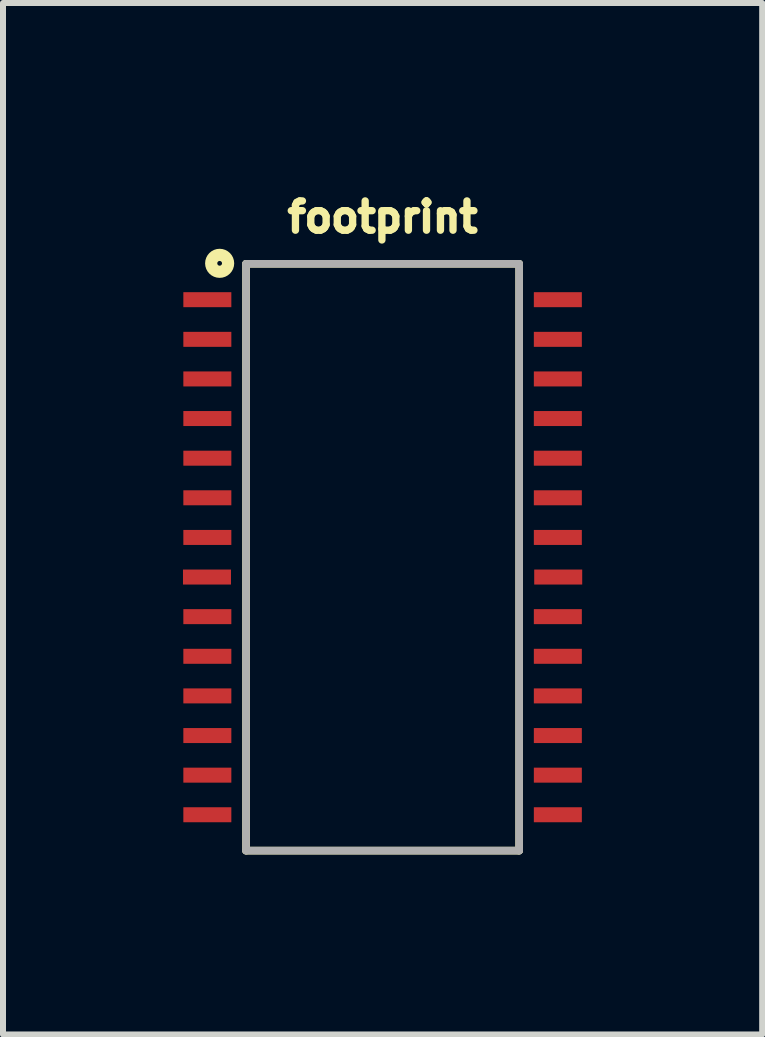
<source format=kicad_pcb>
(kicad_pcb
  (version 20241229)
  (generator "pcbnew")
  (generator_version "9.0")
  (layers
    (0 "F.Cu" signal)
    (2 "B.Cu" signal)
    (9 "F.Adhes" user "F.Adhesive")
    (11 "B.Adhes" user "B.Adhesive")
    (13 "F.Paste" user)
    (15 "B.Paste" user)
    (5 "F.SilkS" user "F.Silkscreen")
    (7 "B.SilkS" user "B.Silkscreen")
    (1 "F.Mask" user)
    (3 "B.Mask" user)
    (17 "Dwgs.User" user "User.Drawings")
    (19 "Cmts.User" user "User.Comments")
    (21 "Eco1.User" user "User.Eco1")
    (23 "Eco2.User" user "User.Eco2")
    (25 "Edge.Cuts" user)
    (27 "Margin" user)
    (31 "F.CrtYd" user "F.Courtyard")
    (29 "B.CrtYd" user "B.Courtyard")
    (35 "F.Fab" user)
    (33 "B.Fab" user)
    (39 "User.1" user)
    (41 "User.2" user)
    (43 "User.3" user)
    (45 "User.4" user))
  (footprint "footprint"
    (layer "F.Cu")
    (at 3.327 6.568)
    (property "Reference" "footprint" (at 0 -5.715 0) (layer "F.SilkS") (effects (font (size 0.488 0.488) (thickness 0.122)) (justify bottom)))
    (fp_line (start -2.276 -5.221) (end 2.276 -5.221) (stroke (width 0.127) (type solid)) (layer "F.SilkS"))
    (fp_line (start -2.276 4.56) (end -2.276 -5.221) (stroke (width 0.127) (type solid)) (layer "F.SilkS"))
    (fp_line (start 2.276 -5.221) (end 2.276 4.56) (stroke (width 0.127) (type solid)) (layer "F.SilkS"))
    (fp_line (start 2.276 4.56) (end -2.276 4.56) (stroke (width 0.127) (type solid)) (layer "F.SilkS"))
    (fp_circle (center -2.716 -5.229) (end -2.575 -5.229) (stroke (width 0.203) (type solid)) (fill no) (layer "F.SilkS"))
    (fp_line (start -2.276 -5.221) (end -2.276 4.56) (stroke (width 0.127) (type solid)) (layer "F.Fab"))
    (fp_line (start -2.276 4.56) (end 2.276 4.56) (stroke (width 0.127) (type solid)) (layer "F.Fab"))
    (fp_line (start 2.276 -5.221) (end -2.276 -5.221) (stroke (width 0.127) (type solid)) (layer "F.Fab"))
    (fp_line (start 2.276 4.56) (end 2.276 -5.221) (stroke (width 0.127) (type solid)) (layer "F.Fab"))
    (pad "1" smd rect (at -2.921 -4.623) (size 0.8 0.25) (layers "F.Cu" "F.Mask" "F.Paste"))
    (pad "2" smd rect (at -2.921 -3.962) (size 0.8 0.25) (layers "F.Cu" "F.Mask" "F.Paste"))
    (pad "3" smd rect (at -2.921 -3.302) (size 0.8 0.25) (layers "F.Cu" "F.Mask" "F.Paste"))
    (pad "4" smd rect (at -2.921 -2.642) (size 0.8 0.25) (layers "F.Cu" "F.Mask" "F.Paste"))
    (pad "5" smd rect (at -2.921 -1.981) (size 0.8 0.25) (layers "F.Cu" "F.Mask" "F.Paste"))
    (pad "6" smd rect (at -2.921 -1.321) (size 0.8 0.25) (layers "F.Cu" "F.Mask" "F.Paste"))
    (pad "7" smd rect (at -2.921 -0.66) (size 0.8 0.25) (layers "F.Cu" "F.Mask" "F.Paste"))
    (pad "8" smd rect (at -2.927 0) (size 0.8 0.25) (layers "F.Cu" "F.Mask" "F.Paste"))
    (pad "9" smd rect (at -2.921 0.66) (size 0.8 0.25) (layers "F.Cu" "F.Mask" "F.Paste"))
    (pad "10" smd rect (at -2.921 1.321) (size 0.8 0.25) (layers "F.Cu" "F.Mask" "F.Paste"))
    (pad "11" smd rect (at -2.921 1.981) (size 0.8 0.25) (layers "F.Cu" "F.Mask" "F.Paste"))
    (pad "12" smd rect (at -2.921 2.642) (size 0.8 0.25) (layers "F.Cu" "F.Mask" "F.Paste"))
    (pad "13" smd rect (at -2.921 3.302) (size 0.8 0.25) (layers "F.Cu" "F.Mask" "F.Paste"))
    (pad "14" smd rect (at -2.921 3.962) (size 0.8 0.25) (layers "F.Cu" "F.Mask" "F.Paste"))
    (pad "15" smd rect (at 2.921 3.962) (size 0.8 0.25) (layers "F.Cu" "F.Mask" "F.Paste"))
    (pad "16" smd rect (at 2.921 3.302) (size 0.8 0.25) (layers "F.Cu" "F.Mask" "F.Paste"))
    (pad "17" smd rect (at 2.921 2.642) (size 0.8 0.25) (layers "F.Cu" "F.Mask" "F.Paste"))
    (pad "18" smd rect (at 2.921 1.981) (size 0.8 0.25) (layers "F.Cu" "F.Mask" "F.Paste"))
    (pad "19" smd rect (at 2.921 1.321) (size 0.8 0.25) (layers "F.Cu" "F.Mask" "F.Paste"))
    (pad "20" smd rect (at 2.921 0.66) (size 0.8 0.25) (layers "F.Cu" "F.Mask" "F.Paste"))
    (pad "21" smd rect (at 2.927 0) (size 0.8 0.25) (layers "F.Cu" "F.Mask" "F.Paste"))
    (pad "22" smd rect (at 2.921 -0.66) (size 0.8 0.25) (layers "F.Cu" "F.Mask" "F.Paste"))
    (pad "23" smd rect (at 2.921 -1.321) (size 0.8 0.25) (layers "F.Cu" "F.Mask" "F.Paste"))
    (pad "24" smd rect (at 2.921 -1.981) (size 0.8 0.25) (layers "F.Cu" "F.Mask" "F.Paste"))
    (pad "25" smd rect (at 2.921 -2.642) (size 0.8 0.25) (layers "F.Cu" "F.Mask" "F.Paste"))
    (pad "26" smd rect (at 2.921 -3.302) (size 0.8 0.25) (layers "F.Cu" "F.Mask" "F.Paste"))
    (pad "27" smd rect (at 2.921 -3.962) (size 0.8 0.25) (layers "F.Cu" "F.Mask" "F.Paste"))
    (pad "28" smd rect (at 2.921 -4.623) (size 0.8 0.25) (layers "F.Cu" "F.Mask" "F.Paste")))
  (gr_rect
    (start -3 -3)
    (end 9.654 14.192)
    (stroke (width 0.1) (type default))
    (fill no)
    (layer "Edge.Cuts")))
</source>
